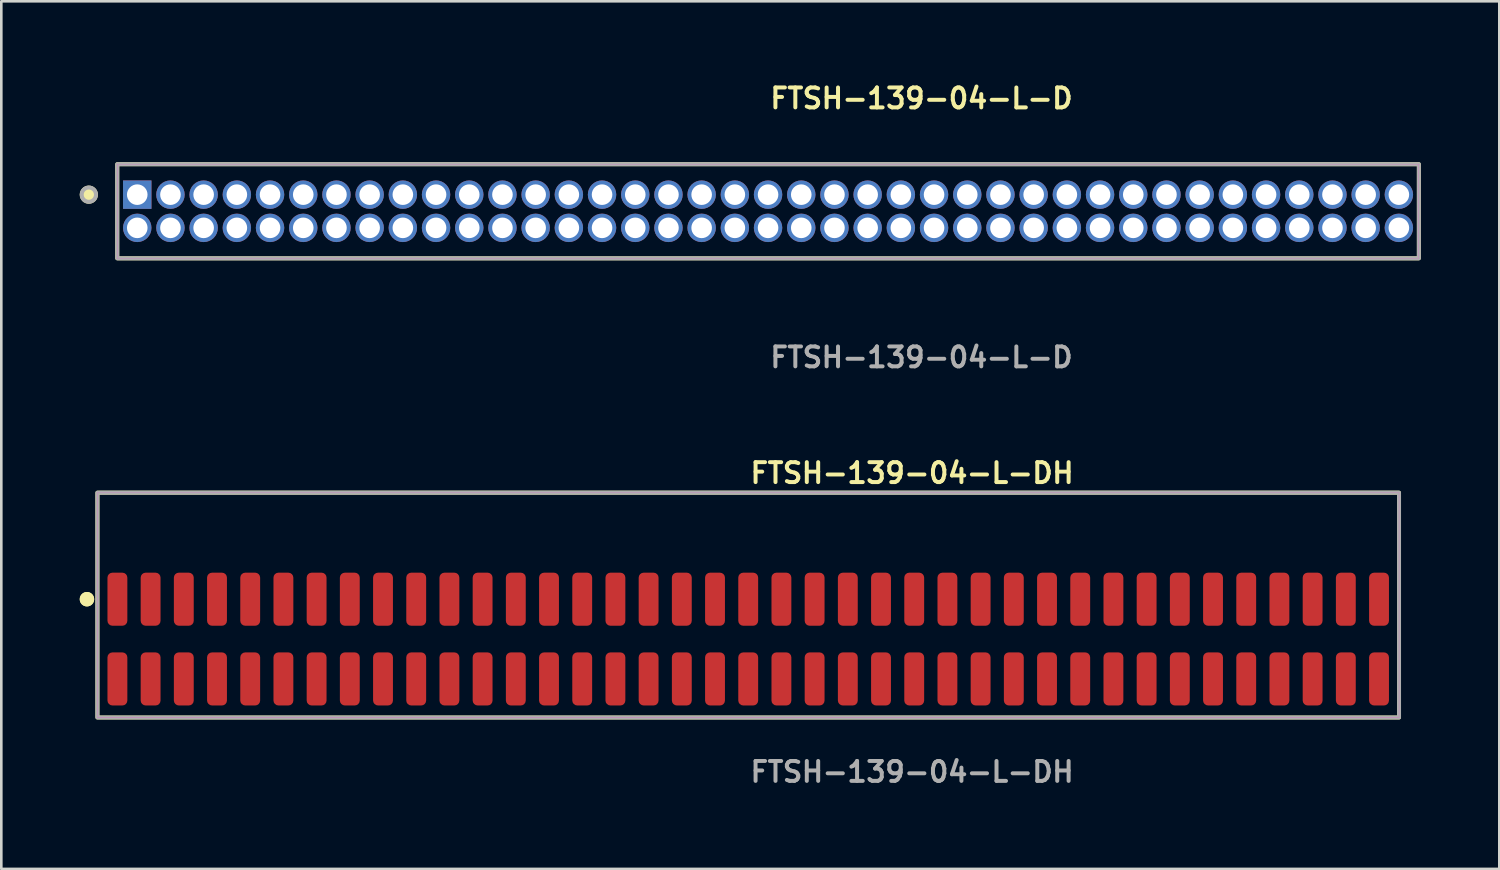
<source format=kicad_pcb>
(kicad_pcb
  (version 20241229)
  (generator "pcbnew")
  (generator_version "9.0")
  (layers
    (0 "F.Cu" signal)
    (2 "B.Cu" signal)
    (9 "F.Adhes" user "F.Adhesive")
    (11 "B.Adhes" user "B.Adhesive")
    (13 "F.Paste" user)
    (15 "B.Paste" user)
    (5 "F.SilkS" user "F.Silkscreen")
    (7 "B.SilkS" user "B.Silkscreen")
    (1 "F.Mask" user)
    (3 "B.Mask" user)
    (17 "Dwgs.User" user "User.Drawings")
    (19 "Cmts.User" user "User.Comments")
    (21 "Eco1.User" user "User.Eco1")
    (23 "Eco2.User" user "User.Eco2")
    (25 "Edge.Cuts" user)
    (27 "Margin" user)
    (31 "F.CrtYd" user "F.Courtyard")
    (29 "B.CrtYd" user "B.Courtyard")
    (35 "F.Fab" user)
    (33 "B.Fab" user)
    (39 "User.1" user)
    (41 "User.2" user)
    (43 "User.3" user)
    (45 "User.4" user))
  (footprint "FTSH-139-04-L-D"
    (layer "F.Cu")
    (at 26.33 5.031)
    (property "Reference" "FTSH-139-04-L-D" (at 0 -4.318 0) (unlocked yes) (layer "F.SilkS") (effects (font (size 0.762 0.762) (thickness 0.152)) (justify left)))
    (fp_rect (start -24.895 1.8) (end 24.895 -1.8) (stroke (width 0.152) (type solid)) (fill no) (layer "F.SilkS"))
    (fp_circle (center -25.982 -0.635) (end -26.254 -0.635) (stroke (width 0.152) (type solid)) (fill yes) (layer "F.SilkS"))
    (fp_rect (start -24.895 1.8) (end 24.895 -1.8) (stroke (width 0.006) (type solid)) (fill no) (layer "F.CrtYd"))
    (fp_rect (start -24.895 1.8) (end 24.895 -1.8) (stroke (width 0.152) (type solid)) (fill no) (layer "F.Fab"))
    (fp_circle (center -25.982 -0.635) (end -26.254 -0.635) (stroke (width 0.152) (type solid)) (fill no) (layer "F.Fab"))
    (fp_text user "${REFERENCE}" (at 0 5.588 0) (unlocked yes) (layer "F.Fab") (effects (font (size 0.762 0.762) (thickness 0.152)) (justify left)))
    (pad "1" thru_hole rect (at -24.13 -0.635) (size 1.087 1.087) (drill 0.787) (layers "*.Cu" "*.Mask"))
    (pad "2" thru_hole circle (at -24.13 0.635) (size 1.087 1.087) (drill 0.787) (layers "*.Cu" "*.Mask"))
    (pad "3" thru_hole circle (at -22.86 -0.635) (size 1.087 1.087) (drill 0.787) (layers "*.Cu" "*.Mask"))
    (pad "4" thru_hole circle (at -22.86 0.635) (size 1.087 1.087) (drill 0.787) (layers "*.Cu" "*.Mask"))
    (pad "5" thru_hole circle (at -21.59 -0.635) (size 1.087 1.087) (drill 0.787) (layers "*.Cu" "*.Mask"))
    (pad "6" thru_hole circle (at -21.59 0.635) (size 1.087 1.087) (drill 0.787) (layers "*.Cu" "*.Mask"))
    (pad "7" thru_hole circle (at -20.32 -0.635) (size 1.087 1.087) (drill 0.787) (layers "*.Cu" "*.Mask"))
    (pad "8" thru_hole circle (at -20.32 0.635) (size 1.087 1.087) (drill 0.787) (layers "*.Cu" "*.Mask"))
    (pad "9" thru_hole circle (at -19.05 -0.635) (size 1.087 1.087) (drill 0.787) (layers "*.Cu" "*.Mask"))
    (pad "10" thru_hole circle (at -19.05 0.635) (size 1.087 1.087) (drill 0.787) (layers "*.Cu" "*.Mask"))
    (pad "11" thru_hole circle (at -17.78 -0.635) (size 1.087 1.087) (drill 0.787) (layers "*.Cu" "*.Mask"))
    (pad "12" thru_hole circle (at -17.78 0.635) (size 1.087 1.087) (drill 0.787) (layers "*.Cu" "*.Mask"))
    (pad "13" thru_hole circle (at -16.51 -0.635) (size 1.087 1.087) (drill 0.787) (layers "*.Cu" "*.Mask"))
    (pad "14" thru_hole circle (at -16.51 0.635) (size 1.087 1.087) (drill 0.787) (layers "*.Cu" "*.Mask"))
    (pad "15" thru_hole circle (at -15.24 -0.635) (size 1.087 1.087) (drill 0.787) (layers "*.Cu" "*.Mask"))
    (pad "16" thru_hole circle (at -15.24 0.635) (size 1.087 1.087) (drill 0.787) (layers "*.Cu" "*.Mask"))
    (pad "17" thru_hole circle (at -13.97 -0.635) (size 1.087 1.087) (drill 0.787) (layers "*.Cu" "*.Mask"))
    (pad "18" thru_hole circle (at -13.97 0.635) (size 1.087 1.087) (drill 0.787) (layers "*.Cu" "*.Mask"))
    (pad "19" thru_hole circle (at -12.7 -0.635) (size 1.087 1.087) (drill 0.787) (layers "*.Cu" "*.Mask"))
    (pad "20" thru_hole circle (at -12.7 0.635) (size 1.087 1.087) (drill 0.787) (layers "*.Cu" "*.Mask"))
    (pad "21" thru_hole circle (at -11.43 -0.635) (size 1.087 1.087) (drill 0.787) (layers "*.Cu" "*.Mask"))
    (pad "22" thru_hole circle (at -11.43 0.635) (size 1.087 1.087) (drill 0.787) (layers "*.Cu" "*.Mask"))
    (pad "23" thru_hole circle (at -10.16 -0.635) (size 1.087 1.087) (drill 0.787) (layers "*.Cu" "*.Mask"))
    (pad "24" thru_hole circle (at -10.16 0.635) (size 1.087 1.087) (drill 0.787) (layers "*.Cu" "*.Mask"))
    (pad "25" thru_hole circle (at -8.89 -0.635) (size 1.087 1.087) (drill 0.787) (layers "*.Cu" "*.Mask"))
    (pad "26" thru_hole circle (at -8.89 0.635) (size 1.087 1.087) (drill 0.787) (layers "*.Cu" "*.Mask"))
    (pad "27" thru_hole circle (at -7.62 -0.635) (size 1.087 1.087) (drill 0.787) (layers "*.Cu" "*.Mask"))
    (pad "28" thru_hole circle (at -7.62 0.635) (size 1.087 1.087) (drill 0.787) (layers "*.Cu" "*.Mask"))
    (pad "29" thru_hole circle (at -6.35 -0.635) (size 1.087 1.087) (drill 0.787) (layers "*.Cu" "*.Mask"))
    (pad "30" thru_hole circle (at -6.35 0.635) (size 1.087 1.087) (drill 0.787) (layers "*.Cu" "*.Mask"))
    (pad "31" thru_hole circle (at -5.08 -0.635) (size 1.087 1.087) (drill 0.787) (layers "*.Cu" "*.Mask"))
    (pad "32" thru_hole circle (at -5.08 0.635) (size 1.087 1.087) (drill 0.787) (layers "*.Cu" "*.Mask"))
    (pad "33" thru_hole circle (at -3.81 -0.635) (size 1.087 1.087) (drill 0.787) (layers "*.Cu" "*.Mask"))
    (pad "34" thru_hole circle (at -3.81 0.635) (size 1.087 1.087) (drill 0.787) (layers "*.Cu" "*.Mask"))
    (pad "35" thru_hole circle (at -2.54 -0.635) (size 1.087 1.087) (drill 0.787) (layers "*.Cu" "*.Mask"))
    (pad "36" thru_hole circle (at -2.54 0.635) (size 1.087 1.087) (drill 0.787) (layers "*.Cu" "*.Mask"))
    (pad "37" thru_hole circle (at -1.27 -0.635) (size 1.087 1.087) (drill 0.787) (layers "*.Cu" "*.Mask"))
    (pad "38" thru_hole circle (at -1.27 0.635) (size 1.087 1.087) (drill 0.787) (layers "*.Cu" "*.Mask"))
    (pad "39" thru_hole circle (at 0 -0.635) (size 1.087 1.087) (drill 0.787) (layers "*.Cu" "*.Mask"))
    (pad "40" thru_hole circle (at 0 0.635) (size 1.087 1.087) (drill 0.787) (layers "*.Cu" "*.Mask"))
    (pad "41" thru_hole circle (at 1.27 -0.635) (size 1.087 1.087) (drill 0.787) (layers "*.Cu" "*.Mask"))
    (pad "42" thru_hole circle (at 1.27 0.635) (size 1.087 1.087) (drill 0.787) (layers "*.Cu" "*.Mask"))
    (pad "43" thru_hole circle (at 2.54 -0.635) (size 1.087 1.087) (drill 0.787) (layers "*.Cu" "*.Mask"))
    (pad "44" thru_hole circle (at 2.54 0.635) (size 1.087 1.087) (drill 0.787) (layers "*.Cu" "*.Mask"))
    (pad "45" thru_hole circle (at 3.81 -0.635) (size 1.087 1.087) (drill 0.787) (layers "*.Cu" "*.Mask"))
    (pad "46" thru_hole circle (at 3.81 0.635) (size 1.087 1.087) (drill 0.787) (layers "*.Cu" "*.Mask"))
    (pad "47" thru_hole circle (at 5.08 -0.635) (size 1.087 1.087) (drill 0.787) (layers "*.Cu" "*.Mask"))
    (pad "48" thru_hole circle (at 5.08 0.635) (size 1.087 1.087) (drill 0.787) (layers "*.Cu" "*.Mask"))
    (pad "49" thru_hole circle (at 6.35 -0.635) (size 1.087 1.087) (drill 0.787) (layers "*.Cu" "*.Mask"))
    (pad "50" thru_hole circle (at 6.35 0.635) (size 1.087 1.087) (drill 0.787) (layers "*.Cu" "*.Mask"))
    (pad "51" thru_hole circle (at 7.62 -0.635) (size 1.087 1.087) (drill 0.787) (layers "*.Cu" "*.Mask"))
    (pad "52" thru_hole circle (at 7.62 0.635) (size 1.087 1.087) (drill 0.787) (layers "*.Cu" "*.Mask"))
    (pad "53" thru_hole circle (at 8.89 -0.635) (size 1.087 1.087) (drill 0.787) (layers "*.Cu" "*.Mask"))
    (pad "54" thru_hole circle (at 8.89 0.635) (size 1.087 1.087) (drill 0.787) (layers "*.Cu" "*.Mask"))
    (pad "55" thru_hole circle (at 10.16 -0.635) (size 1.087 1.087) (drill 0.787) (layers "*.Cu" "*.Mask"))
    (pad "56" thru_hole circle (at 10.16 0.635) (size 1.087 1.087) (drill 0.787) (layers "*.Cu" "*.Mask"))
    (pad "57" thru_hole circle (at 11.43 -0.635) (size 1.087 1.087) (drill 0.787) (layers "*.Cu" "*.Mask"))
    (pad "58" thru_hole circle (at 11.43 0.635) (size 1.087 1.087) (drill 0.787) (layers "*.Cu" "*.Mask"))
    (pad "59" thru_hole circle (at 12.7 -0.635) (size 1.087 1.087) (drill 0.787) (layers "*.Cu" "*.Mask"))
    (pad "60" thru_hole circle (at 12.7 0.635) (size 1.087 1.087) (drill 0.787) (layers "*.Cu" "*.Mask"))
    (pad "61" thru_hole circle (at 13.97 -0.635) (size 1.087 1.087) (drill 0.787) (layers "*.Cu" "*.Mask"))
    (pad "62" thru_hole circle (at 13.97 0.635) (size 1.087 1.087) (drill 0.787) (layers "*.Cu" "*.Mask"))
    (pad "63" thru_hole circle (at 15.24 -0.635) (size 1.087 1.087) (drill 0.787) (layers "*.Cu" "*.Mask"))
    (pad "64" thru_hole circle (at 15.24 0.635) (size 1.087 1.087) (drill 0.787) (layers "*.Cu" "*.Mask"))
    (pad "65" thru_hole circle (at 16.51 -0.635) (size 1.087 1.087) (drill 0.787) (layers "*.Cu" "*.Mask"))
    (pad "66" thru_hole circle (at 16.51 0.635) (size 1.087 1.087) (drill 0.787) (layers "*.Cu" "*.Mask"))
    (pad "67" thru_hole circle (at 17.78 -0.635) (size 1.087 1.087) (drill 0.787) (layers "*.Cu" "*.Mask"))
    (pad "68" thru_hole circle (at 17.78 0.635) (size 1.087 1.087) (drill 0.787) (layers "*.Cu" "*.Mask"))
    (pad "69" thru_hole circle (at 19.05 -0.635) (size 1.087 1.087) (drill 0.787) (layers "*.Cu" "*.Mask"))
    (pad "70" thru_hole circle (at 19.05 0.635) (size 1.087 1.087) (drill 0.787) (layers "*.Cu" "*.Mask"))
    (pad "71" thru_hole circle (at 20.32 -0.635) (size 1.087 1.087) (drill 0.787) (layers "*.Cu" "*.Mask"))
    (pad "72" thru_hole circle (at 20.32 0.635) (size 1.087 1.087) (drill 0.787) (layers "*.Cu" "*.Mask"))
    (pad "73" thru_hole circle (at 21.59 -0.635) (size 1.087 1.087) (drill 0.787) (layers "*.Cu" "*.Mask"))
    (pad "74" thru_hole circle (at 21.59 0.635) (size 1.087 1.087) (drill 0.787) (layers "*.Cu" "*.Mask"))
    (pad "75" thru_hole circle (at 22.86 -0.635) (size 1.087 1.087) (drill 0.787) (layers "*.Cu" "*.Mask"))
    (pad "76" thru_hole circle (at 22.86 0.635) (size 1.087 1.087) (drill 0.787) (layers "*.Cu" "*.Mask"))
    (pad "77" thru_hole circle (at 24.13 -0.635) (size 1.087 1.087) (drill 0.787) (layers "*.Cu" "*.Mask"))
    (pad "78" thru_hole circle (at 24.13 0.635) (size 1.087 1.087) (drill 0.787) (layers "*.Cu" "*.Mask")))
  (footprint "FTSH-139-04-L-DH"
    (layer "F.Cu")
    (at 25.571 21.396)
    (property "Reference" "FTSH-139-04-L-DH" (at 0 -6.35 0) (unlocked yes) (layer "F.SilkS") (effects (font (size 0.762 0.762) (thickness 0.152)) (justify left)))
    (fp_rect (start -24.895 3) (end 24.895 -5.6) (stroke (width 0.152) (type solid)) (fill no) (layer "F.SilkS"))
    (fp_circle (center -25.295 -1.525) (end -25.495 -1.525) (stroke (width 0.152) (type solid)) (fill yes) (layer "F.SilkS"))
    (fp_circle (center -25.295 -1.525) (end -25.495 -1.525) (stroke (width 0.152) (type solid)) (fill yes) (layer "F.SilkS"))
    (fp_rect (start -24.895 3) (end 24.895 -5.6) (stroke (width 0.006) (type solid)) (fill no) (layer "F.CrtYd"))
    (fp_rect (start -24.895 3) (end 24.895 -5.6) (stroke (width 0.152) (type solid)) (fill no) (layer "F.Fab"))
    (fp_text user "${REFERENCE}" (at 0 5.08 0) (unlocked yes) (layer "F.Fab") (effects (font (size 0.762 0.762) (thickness 0.152)) (justify left)))
    (pad "1" smd roundrect (at -24.13 -1.525) (size 0.76 2.03) (layers "F.Cu" "F.Paste") (roundrect_rratio 0.25))
    (pad "2" smd roundrect (at -24.13 1.525) (size 0.76 2.03) (layers "F.Cu" "F.Paste") (roundrect_rratio 0.25))
    (pad "3" smd roundrect (at -22.86 -1.525) (size 0.76 2.03) (layers "F.Cu" "F.Paste") (roundrect_rratio 0.25))
    (pad "4" smd roundrect (at -22.86 1.525) (size 0.76 2.03) (layers "F.Cu" "F.Paste") (roundrect_rratio 0.25))
    (pad "5" smd roundrect (at -21.59 -1.525) (size 0.76 2.03) (layers "F.Cu" "F.Paste") (roundrect_rratio 0.25))
    (pad "6" smd roundrect (at -21.59 1.525) (size 0.76 2.03) (layers "F.Cu" "F.Paste") (roundrect_rratio 0.25))
    (pad "7" smd roundrect (at -20.32 -1.525) (size 0.76 2.03) (layers "F.Cu" "F.Paste") (roundrect_rratio 0.25))
    (pad "8" smd roundrect (at -20.32 1.525) (size 0.76 2.03) (layers "F.Cu" "F.Paste") (roundrect_rratio 0.25))
    (pad "9" smd roundrect (at -19.05 -1.525) (size 0.76 2.03) (layers "F.Cu" "F.Paste") (roundrect_rratio 0.25))
    (pad "10" smd roundrect (at -19.05 1.525) (size 0.76 2.03) (layers "F.Cu" "F.Paste") (roundrect_rratio 0.25))
    (pad "11" smd roundrect (at -17.78 -1.525) (size 0.76 2.03) (layers "F.Cu" "F.Paste") (roundrect_rratio 0.25))
    (pad "12" smd roundrect (at -17.78 1.525) (size 0.76 2.03) (layers "F.Cu" "F.Paste") (roundrect_rratio 0.25))
    (pad "13" smd roundrect (at -16.51 -1.525) (size 0.76 2.03) (layers "F.Cu" "F.Paste") (roundrect_rratio 0.25))
    (pad "14" smd roundrect (at -16.51 1.525) (size 0.76 2.03) (layers "F.Cu" "F.Paste") (roundrect_rratio 0.25))
    (pad "15" smd roundrect (at -15.24 -1.525) (size 0.76 2.03) (layers "F.Cu" "F.Paste") (roundrect_rratio 0.25))
    (pad "16" smd roundrect (at -15.24 1.525) (size 0.76 2.03) (layers "F.Cu" "F.Paste") (roundrect_rratio 0.25))
    (pad "17" smd roundrect (at -13.97 -1.525) (size 0.76 2.03) (layers "F.Cu" "F.Paste") (roundrect_rratio 0.25))
    (pad "18" smd roundrect (at -13.97 1.525) (size 0.76 2.03) (layers "F.Cu" "F.Paste") (roundrect_rratio 0.25))
    (pad "19" smd roundrect (at -12.7 -1.525) (size 0.76 2.03) (layers "F.Cu" "F.Paste") (roundrect_rratio 0.25))
    (pad "20" smd roundrect (at -12.7 1.525) (size 0.76 2.03) (layers "F.Cu" "F.Paste") (roundrect_rratio 0.25))
    (pad "21" smd roundrect (at -11.43 -1.525) (size 0.76 2.03) (layers "F.Cu" "F.Paste") (roundrect_rratio 0.25))
    (pad "22" smd roundrect (at -11.43 1.525) (size 0.76 2.03) (layers "F.Cu" "F.Paste") (roundrect_rratio 0.25))
    (pad "23" smd roundrect (at -10.16 -1.525) (size 0.76 2.03) (layers "F.Cu" "F.Paste") (roundrect_rratio 0.25))
    (pad "24" smd roundrect (at -10.16 1.525) (size 0.76 2.03) (layers "F.Cu" "F.Paste") (roundrect_rratio 0.25))
    (pad "25" smd roundrect (at -8.89 -1.525) (size 0.76 2.03) (layers "F.Cu" "F.Paste") (roundrect_rratio 0.25))
    (pad "26" smd roundrect (at -8.89 1.525) (size 0.76 2.03) (layers "F.Cu" "F.Paste") (roundrect_rratio 0.25))
    (pad "27" smd roundrect (at -7.62 -1.525) (size 0.76 2.03) (layers "F.Cu" "F.Paste") (roundrect_rratio 0.25))
    (pad "28" smd roundrect (at -7.62 1.525) (size 0.76 2.03) (layers "F.Cu" "F.Paste") (roundrect_rratio 0.25))
    (pad "29" smd roundrect (at -6.35 -1.525) (size 0.76 2.03) (layers "F.Cu" "F.Paste") (roundrect_rratio 0.25))
    (pad "30" smd roundrect (at -6.35 1.525) (size 0.76 2.03) (layers "F.Cu" "F.Paste") (roundrect_rratio 0.25))
    (pad "31" smd roundrect (at -5.08 -1.525) (size 0.76 2.03) (layers "F.Cu" "F.Paste") (roundrect_rratio 0.25))
    (pad "32" smd roundrect (at -5.08 1.525) (size 0.76 2.03) (layers "F.Cu" "F.Paste") (roundrect_rratio 0.25))
    (pad "33" smd roundrect (at -3.81 -1.525) (size 0.76 2.03) (layers "F.Cu" "F.Paste") (roundrect_rratio 0.25))
    (pad "34" smd roundrect (at -3.81 1.525) (size 0.76 2.03) (layers "F.Cu" "F.Paste") (roundrect_rratio 0.25))
    (pad "35" smd roundrect (at -2.54 -1.525) (size 0.76 2.03) (layers "F.Cu" "F.Paste") (roundrect_rratio 0.25))
    (pad "36" smd roundrect (at -2.54 1.525) (size 0.76 2.03) (layers "F.Cu" "F.Paste") (roundrect_rratio 0.25))
    (pad "37" smd roundrect (at -1.27 -1.525) (size 0.76 2.03) (layers "F.Cu" "F.Paste") (roundrect_rratio 0.25))
    (pad "38" smd roundrect (at -1.27 1.525) (size 0.76 2.03) (layers "F.Cu" "F.Paste") (roundrect_rratio 0.25))
    (pad "39" smd roundrect (at 0 -1.525) (size 0.76 2.03) (layers "F.Cu" "F.Paste") (roundrect_rratio 0.25))
    (pad "40" smd roundrect (at 0 1.525) (size 0.76 2.03) (layers "F.Cu" "F.Paste") (roundrect_rratio 0.25))
    (pad "41" smd roundrect (at 1.27 -1.525) (size 0.76 2.03) (layers "F.Cu" "F.Paste") (roundrect_rratio 0.25))
    (pad "42" smd roundrect (at 1.27 1.525) (size 0.76 2.03) (layers "F.Cu" "F.Paste") (roundrect_rratio 0.25))
    (pad "43" smd roundrect (at 2.54 -1.525) (size 0.76 2.03) (layers "F.Cu" "F.Paste") (roundrect_rratio 0.25))
    (pad "44" smd roundrect (at 2.54 1.525) (size 0.76 2.03) (layers "F.Cu" "F.Paste") (roundrect_rratio 0.25))
    (pad "45" smd roundrect (at 3.81 -1.525) (size 0.76 2.03) (layers "F.Cu" "F.Paste") (roundrect_rratio 0.25))
    (pad "46" smd roundrect (at 3.81 1.525) (size 0.76 2.03) (layers "F.Cu" "F.Paste") (roundrect_rratio 0.25))
    (pad "47" smd roundrect (at 5.08 -1.525) (size 0.76 2.03) (layers "F.Cu" "F.Paste") (roundrect_rratio 0.25))
    (pad "48" smd roundrect (at 5.08 1.525) (size 0.76 2.03) (layers "F.Cu" "F.Paste") (roundrect_rratio 0.25))
    (pad "49" smd roundrect (at 6.35 -1.525) (size 0.76 2.03) (layers "F.Cu" "F.Paste") (roundrect_rratio 0.25))
    (pad "50" smd roundrect (at 6.35 1.525) (size 0.76 2.03) (layers "F.Cu" "F.Paste") (roundrect_rratio 0.25))
    (pad "51" smd roundrect (at 7.62 -1.525) (size 0.76 2.03) (layers "F.Cu" "F.Paste") (roundrect_rratio 0.25))
    (pad "52" smd roundrect (at 7.62 1.525) (size 0.76 2.03) (layers "F.Cu" "F.Paste") (roundrect_rratio 0.25))
    (pad "53" smd roundrect (at 8.89 -1.525) (size 0.76 2.03) (layers "F.Cu" "F.Paste") (roundrect_rratio 0.25))
    (pad "54" smd roundrect (at 8.89 1.525) (size 0.76 2.03) (layers "F.Cu" "F.Paste") (roundrect_rratio 0.25))
    (pad "55" smd roundrect (at 10.16 -1.525) (size 0.76 2.03) (layers "F.Cu" "F.Paste") (roundrect_rratio 0.25))
    (pad "56" smd roundrect (at 10.16 1.525) (size 0.76 2.03) (layers "F.Cu" "F.Paste") (roundrect_rratio 0.25))
    (pad "57" smd roundrect (at 11.43 -1.525) (size 0.76 2.03) (layers "F.Cu" "F.Paste") (roundrect_rratio 0.25))
    (pad "58" smd roundrect (at 11.43 1.525) (size 0.76 2.03) (layers "F.Cu" "F.Paste") (roundrect_rratio 0.25))
    (pad "59" smd roundrect (at 12.7 -1.525) (size 0.76 2.03) (layers "F.Cu" "F.Paste") (roundrect_rratio 0.25))
    (pad "60" smd roundrect (at 12.7 1.525) (size 0.76 2.03) (layers "F.Cu" "F.Paste") (roundrect_rratio 0.25))
    (pad "61" smd roundrect (at 13.97 -1.525) (size 0.76 2.03) (layers "F.Cu" "F.Paste") (roundrect_rratio 0.25))
    (pad "62" smd roundrect (at 13.97 1.525) (size 0.76 2.03) (layers "F.Cu" "F.Paste") (roundrect_rratio 0.25))
    (pad "63" smd roundrect (at 15.24 -1.525) (size 0.76 2.03) (layers "F.Cu" "F.Paste") (roundrect_rratio 0.25))
    (pad "64" smd roundrect (at 15.24 1.525) (size 0.76 2.03) (layers "F.Cu" "F.Paste") (roundrect_rratio 0.25))
    (pad "65" smd roundrect (at 16.51 -1.525) (size 0.76 2.03) (layers "F.Cu" "F.Paste") (roundrect_rratio 0.25))
    (pad "66" smd roundrect (at 16.51 1.525) (size 0.76 2.03) (layers "F.Cu" "F.Paste") (roundrect_rratio 0.25))
    (pad "67" smd roundrect (at 17.78 -1.525) (size 0.76 2.03) (layers "F.Cu" "F.Paste") (roundrect_rratio 0.25))
    (pad "68" smd roundrect (at 17.78 1.525) (size 0.76 2.03) (layers "F.Cu" "F.Paste") (roundrect_rratio 0.25))
    (pad "69" smd roundrect (at 19.05 -1.525) (size 0.76 2.03) (layers "F.Cu" "F.Paste") (roundrect_rratio 0.25))
    (pad "70" smd roundrect (at 19.05 1.525) (size 0.76 2.03) (layers "F.Cu" "F.Paste") (roundrect_rratio 0.25))
    (pad "71" smd roundrect (at 20.32 -1.525) (size 0.76 2.03) (layers "F.Cu" "F.Paste") (roundrect_rratio 0.25))
    (pad "72" smd roundrect (at 20.32 1.525) (size 0.76 2.03) (layers "F.Cu" "F.Paste") (roundrect_rratio 0.25))
    (pad "73" smd roundrect (at 21.59 -1.525) (size 0.76 2.03) (layers "F.Cu" "F.Paste") (roundrect_rratio 0.25))
    (pad "74" smd roundrect (at 21.59 1.525) (size 0.76 2.03) (layers "F.Cu" "F.Paste") (roundrect_rratio 0.25))
    (pad "75" smd roundrect (at 22.86 -1.525) (size 0.76 2.03) (layers "F.Cu" "F.Paste") (roundrect_rratio 0.25))
    (pad "76" smd roundrect (at 22.86 1.525) (size 0.76 2.03) (layers "F.Cu" "F.Paste") (roundrect_rratio 0.25))
    (pad "77" smd roundrect (at 24.13 -1.525) (size 0.76 2.03) (layers "F.Cu" "F.Paste") (roundrect_rratio 0.25))
    (pad "78" smd roundrect (at 24.13 1.525) (size 0.76 2.03) (layers "F.Cu" "F.Paste") (roundrect_rratio 0.25)))
  (gr_rect
    (start -3 -3)
    (end 54.302 30.189)
    (stroke (width 0.1) (type default))
    (fill no)
    (layer "Edge.Cuts")))
</source>
